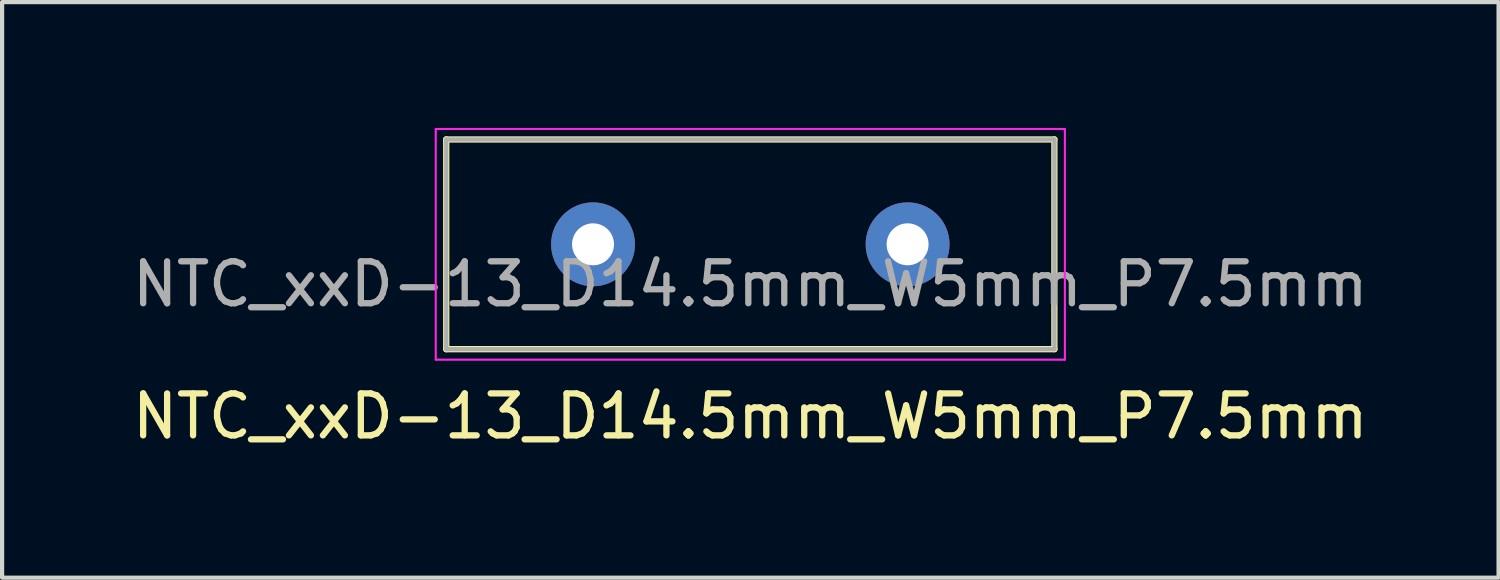
<source format=kicad_pcb>
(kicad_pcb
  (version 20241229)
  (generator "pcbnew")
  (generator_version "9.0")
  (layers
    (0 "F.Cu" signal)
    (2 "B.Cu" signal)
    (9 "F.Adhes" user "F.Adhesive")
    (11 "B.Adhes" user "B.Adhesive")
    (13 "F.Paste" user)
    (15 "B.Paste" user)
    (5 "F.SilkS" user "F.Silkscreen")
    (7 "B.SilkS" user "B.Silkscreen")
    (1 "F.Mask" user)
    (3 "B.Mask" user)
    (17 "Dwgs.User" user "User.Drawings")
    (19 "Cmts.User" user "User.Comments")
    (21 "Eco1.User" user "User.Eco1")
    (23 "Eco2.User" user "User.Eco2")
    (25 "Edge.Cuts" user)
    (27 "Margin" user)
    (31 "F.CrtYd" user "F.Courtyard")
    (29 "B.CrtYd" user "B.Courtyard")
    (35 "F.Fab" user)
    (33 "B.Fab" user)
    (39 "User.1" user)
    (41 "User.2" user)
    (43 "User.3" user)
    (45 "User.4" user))
  (footprint "NTC_xxD-13_D14.5mm_W5mm_P7.5mm"
    (layer "F.Cu")
    (at 11.089 2.775)
    (property "Reference" "NTC_xxD-13_D14.5mm_W5mm_P7.5mm" (at 3.75 4.1 0) (layer "F.SilkS") (effects (font (size 1 1) (thickness 0.15))))
    (attr through_hole)
    (fp_line (start -3.5 -2.5) (end -3.5 2.5) (stroke (width 0.15) (type solid)) (layer "F.SilkS"))
    (fp_line (start -3.5 -2.5) (end 11 -2.5) (stroke (width 0.15) (type solid)) (layer "F.SilkS"))
    (fp_line (start -3.5 2.5) (end 11 2.5) (stroke (width 0.15) (type solid)) (layer "F.SilkS"))
    (fp_line (start 11 -2.5) (end 11 2.5) (stroke (width 0.15) (type solid)) (layer "F.SilkS"))
    (fp_line (start -3.75 -2.75) (end -3.75 2.75) (stroke (width 0.05) (type solid)) (layer "F.CrtYd"))
    (fp_line (start -3.75 -2.75) (end 11.25 -2.75) (stroke (width 0.05) (type solid)) (layer "F.CrtYd"))
    (fp_line (start -3.75 2.75) (end 11.25 2.75) (stroke (width 0.05) (type solid)) (layer "F.CrtYd"))
    (fp_line (start 11.25 -2.75) (end 11.25 2.75) (stroke (width 0.05) (type solid)) (layer "F.CrtYd"))
    (fp_line (start -3.5 -2.5) (end -3.5 2.5) (stroke (width 0.1) (type solid)) (layer "F.Fab"))
    (fp_line (start -3.5 -2.5) (end 11 -2.5) (stroke (width 0.1) (type solid)) (layer "F.Fab"))
    (fp_line (start -3.5 2.5) (end 11 2.5) (stroke (width 0.1) (type solid)) (layer "F.Fab"))
    (fp_line (start 11 -2.5) (end 11 2.5) (stroke (width 0.1) (type solid)) (layer "F.Fab"))
    (fp_text user "${REFERENCE}" (at 3.75 0.95 0) (layer "F.Fab") (effects (font (size 1 1) (thickness 0.15))))
    (pad "1" thru_hole circle (at 0 0) (size 2 2) (drill 1) (layers "*.Cu" "*.Mask"))
    (pad "2" thru_hole circle (at 7.5 0) (size 2 2) (drill 1) (layers "*.Cu" "*.Mask")))
  (gr_rect
    (start -3 -3)
    (end 32.679 10.723)
    (stroke (width 0.1) (type default))
    (fill no)
    (layer "Edge.Cuts")))
</source>
